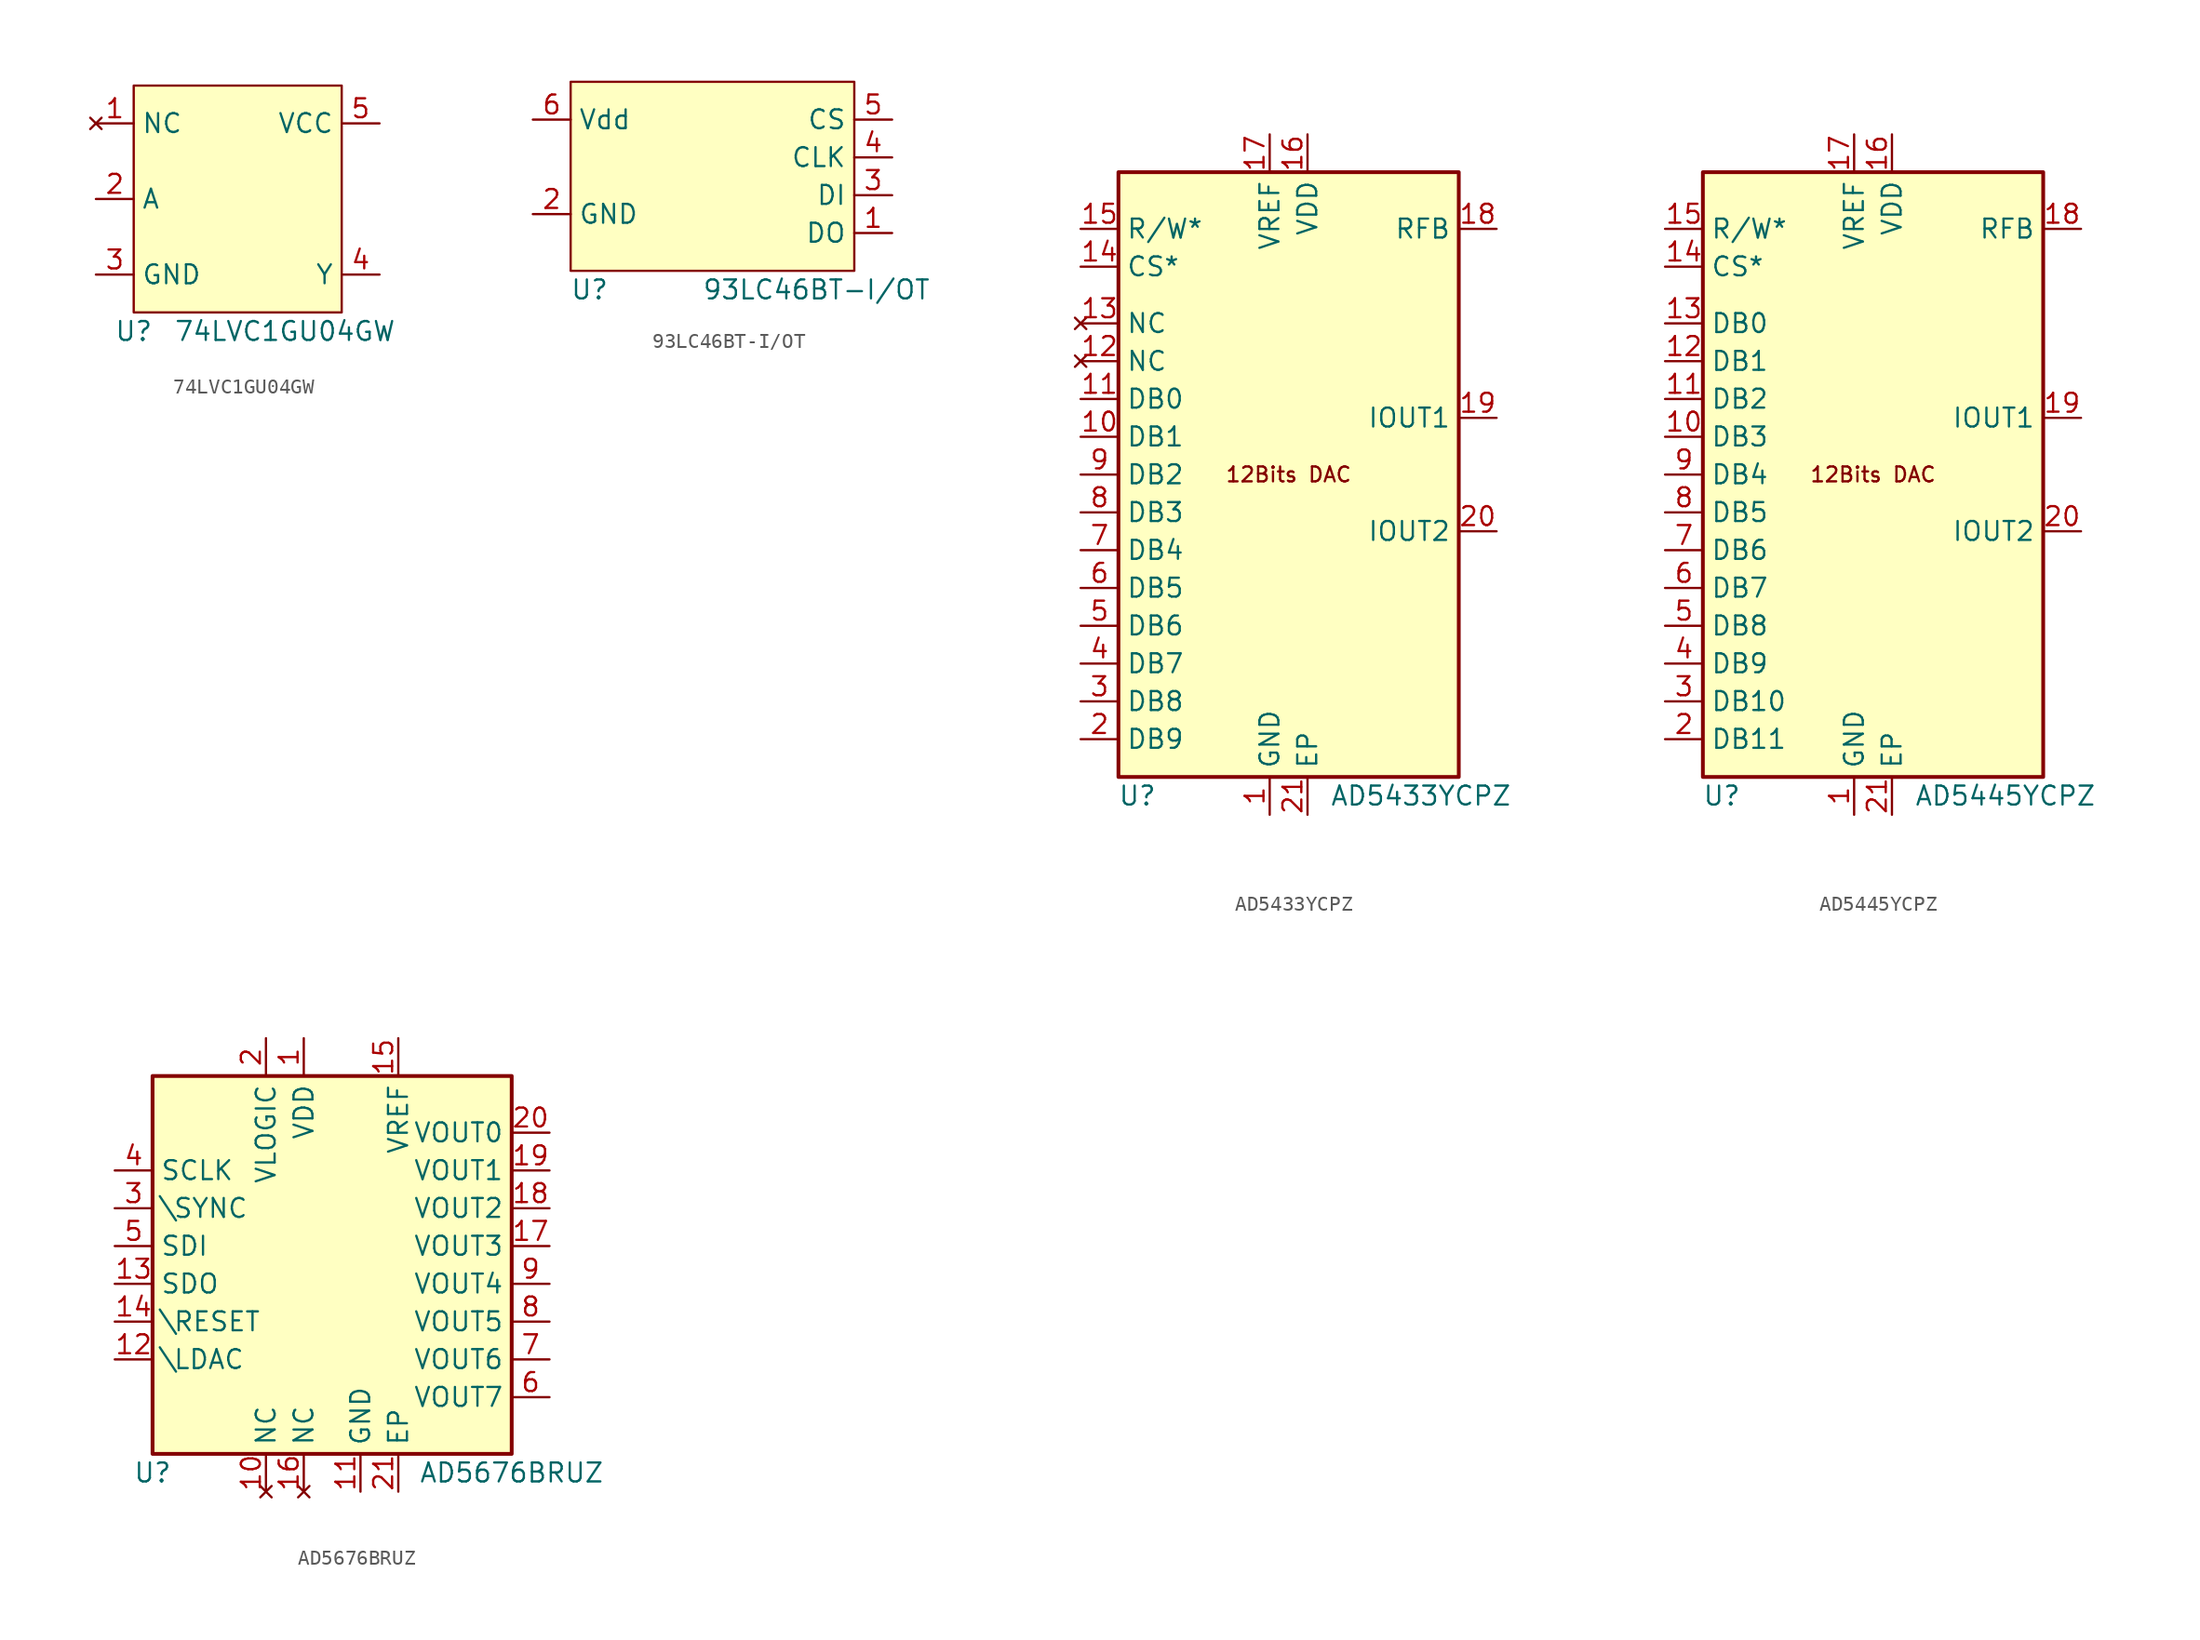
<source format=kicad_sym>
(kicad_symbol_lib
  (version 20231120)
  (generator "kicad_symbol_editor")
  (generator_version "8.0")
  (symbol "74LVC1GU04GW"
    (property "Reference" "U"
      (at 0 -1.27 0)
      (effects (font (size 1.27 1.27))))
    (property "Value" "74LVC1GU04GW"
      (at 10.16 -1.27 0)
      (effects (font (size 1.27 1.27))))
    (symbol "74LVC1GU04GW_0_0"
      (pin no_connect line (at -2.54 12.7 0) (length 2.54) (name "NC" (effects (font (size 1.27 1.27)))) (number "1" (effects (font (size 1.27 1.27)))))
      (pin input line (at -2.54 7.62 0) (length 2.54) (name "A" (effects (font (size 1.27 1.27)))) (number "2" (effects (font (size 1.27 1.27)))))
      (pin power_in line (at -2.54 2.54 0) (length 2.54) (name "GND" (effects (font (size 1.27 1.27)))) (number "3" (effects (font (size 1.27 1.27)))))
      (pin output line (at 16.51 2.54 180) (length 2.54) (name "Y" (effects (font (size 1.27 1.27)))) (number "4" (effects (font (size 1.27 1.27)))))
      (pin power_in line (at 16.51 12.7 180) (length 2.54) (name "VCC" (effects (font (size 1.27 1.27)))) (number "5" (effects (font (size 1.27 1.27))))))
    (symbol "74LVC1GU04GW_1_1"
      (rectangle (start 0 15.24) (end 13.97 0) (stroke (width 0) (type default)) (fill (type background)))))
  (symbol "93LC46BT-I/OT"
    (property "Reference" "U"
      (at 1.27 -1.27 0)
      (effects (font (size 1.27 1.27))))
    (property "Value" "93LC46BT-I/OT"
      (at 16.51 -1.27 0)
      (effects (font (size 1.27 1.27))))
    (symbol "93LC46BT-I/OT_0_0"
      (pin output line (at 21.59 2.54 180) (length 2.54) (name "DO" (effects (font (size 1.27 1.27)))) (number "1" (effects (font (size 1.27 1.27)))))
      (pin power_in line (at -2.54 3.81 0) (length 2.54) (name "GND" (effects (font (size 1.27 1.27)))) (number "2" (effects (font (size 1.27 1.27)))))
      (pin input line (at 21.59 5.08 180) (length 2.54) (name "DI" (effects (font (size 1.27 1.27)))) (number "3" (effects (font (size 1.27 1.27)))))
      (pin input line (at 21.59 7.62 180) (length 2.54) (name "CLK" (effects (font (size 1.27 1.27)))) (number "4" (effects (font (size 1.27 1.27)))))
      (pin input line (at 21.59 10.16 180) (length 2.54) (name "CS" (effects (font (size 1.27 1.27)))) (number "5" (effects (font (size 1.27 1.27)))))
      (pin power_in line (at -2.54 10.16 0) (length 2.54) (name "Vdd" (effects (font (size 1.27 1.27)))) (number "6" (effects (font (size 1.27 1.27))))))
    (symbol "93LC46BT-I/OT_1_1"
      (rectangle (start 0 12.7) (end 19.05 0) (stroke (width 0) (type default)) (fill (type background)))))
  (symbol "AD5433YCPZ"
    (property "Reference" "U"
      (at 1.27 -1.27 0)
      (effects (font (size 1.27 1.27))))
    (property "Value" "AD5433YCPZ"
      (at 20.32 -1.27 0)
      (effects (font (size 1.27 1.27))))
    (symbol "AD5433YCPZ_1_0"
      (pin power_in line (at 10.16 -2.54 90) (length 2.54) (name "GND" (effects (font (size 1.27 1.27)))) (number "1" (effects (font (size 1.27 1.27)))))
      (pin power_in line (at 12.7 43.18 270) (length 2.54) (name "VDD" (effects (font (size 1.27 1.27)))) (number "16" (effects (font (size 1.27 1.27)))))
      (pin power_in line (at 10.16 43.18 270) (length 2.54) (name "VREF" (effects (font (size 1.27 1.27)))) (number "17" (effects (font (size 1.27 1.27))))))
    (symbol "AD5433YCPZ_1_1"
      (rectangle (start 0 40.64) (end 22.86 0) (stroke (width 0.254) (type default)) (fill (type background)))
      (text "12Bits DAC" (at 11.43 20.32 0) (effects (font (size 1 1))))
      (pin input line (at -2.54 22.86 0) (length 2.54) (name "DB1" (effects (font (size 1.27 1.27)))) (number "10" (effects (font (size 1.27 1.27)))))
      (pin input line (at -2.54 25.4 0) (length 2.54) (name "DB0" (effects (font (size 1.27 1.27)))) (number "11" (effects (font (size 1.27 1.27)))))
      (pin no_connect line (at -2.54 27.94 0) (length 2.54) (name "NC" (effects (font (size 1.27 1.27)))) (number "12" (effects (font (size 1.27 1.27)))))
      (pin no_connect line (at -2.54 30.48 0) (length 2.54) (name "NC" (effects (font (size 1.27 1.27)))) (number "13" (effects (font (size 1.27 1.27)))))
      (pin input line (at -2.54 34.29 0) (length 2.54) (name "CS*" (effects (font (size 1.27 1.27)))) (number "14" (effects (font (size 1.27 1.27)))))
      (pin input line (at -2.54 36.83 0) (length 2.54) (name "R/W*" (effects (font (size 1.27 1.27)))) (number "15" (effects (font (size 1.27 1.27)))))
      (pin passive line (at 25.4 36.83 180) (length 2.54) (name "RFB" (effects (font (size 1.27 1.27)))) (number "18" (effects (font (size 1.27 1.27)))))
      (pin output line (at 25.4 24.13 180) (length 2.54) (name "IOUT1" (effects (font (size 1.27 1.27)))) (number "19" (effects (font (size 1.27 1.27)))))
      (pin input line (at -2.54 2.54 0) (length 2.54) (name "DB9" (effects (font (size 1.27 1.27)))) (number "2" (effects (font (size 1.27 1.27)))))
      (pin output line (at 25.4 16.51 180) (length 2.54) (name "IOUT2" (effects (font (size 1.27 1.27)))) (number "20" (effects (font (size 1.27 1.27)))))
      (pin power_in line (at 12.7 -2.54 90) (length 2.54) (name "EP" (effects (font (size 1.27 1.27)))) (number "21" (effects (font (size 1.27 1.27)))))
      (pin input line (at -2.54 5.08 0) (length 2.54) (name "DB8" (effects (font (size 1.27 1.27)))) (number "3" (effects (font (size 1.27 1.27)))))
      (pin input line (at -2.54 7.62 0) (length 2.54) (name "DB7" (effects (font (size 1.27 1.27)))) (number "4" (effects (font (size 1.27 1.27)))))
      (pin input line (at -2.54 10.16 0) (length 2.54) (name "DB6" (effects (font (size 1.27 1.27)))) (number "5" (effects (font (size 1.27 1.27)))))
      (pin input line (at -2.54 12.7 0) (length 2.54) (name "DB5" (effects (font (size 1.27 1.27)))) (number "6" (effects (font (size 1.27 1.27)))))
      (pin input line (at -2.54 15.24 0) (length 2.54) (name "DB4" (effects (font (size 1.27 1.27)))) (number "7" (effects (font (size 1.27 1.27)))))
      (pin input line (at -2.54 17.78 0) (length 2.54) (name "DB3" (effects (font (size 1.27 1.27)))) (number "8" (effects (font (size 1.27 1.27)))))
      (pin input line (at -2.54 20.32 0) (length 2.54) (name "DB2" (effects (font (size 1.27 1.27)))) (number "9" (effects (font (size 1.27 1.27)))))))
  (symbol "AD5445YCPZ"
    (property "Reference" "U"
      (at 1.27 -1.27 0)
      (effects (font (size 1.27 1.27))))
    (property "Value" "AD5445YCPZ"
      (at 20.32 -1.27 0)
      (effects (font (size 1.27 1.27))))
    (symbol "AD5445YCPZ_1_0"
      (pin power_in line (at 10.16 -2.54 90) (length 2.54) (name "GND" (effects (font (size 1.27 1.27)))) (number "1" (effects (font (size 1.27 1.27)))))
      (pin power_in line (at 12.7 43.18 270) (length 2.54) (name "VDD" (effects (font (size 1.27 1.27)))) (number "16" (effects (font (size 1.27 1.27)))))
      (pin power_in line (at 10.16 43.18 270) (length 2.54) (name "VREF" (effects (font (size 1.27 1.27)))) (number "17" (effects (font (size 1.27 1.27))))))
    (symbol "AD5445YCPZ_1_1"
      (rectangle (start 0 40.64) (end 22.86 0) (stroke (width 0.254) (type default)) (fill (type background)))
      (text "12Bits DAC" (at 11.43 20.32 0) (effects (font (size 1 1))))
      (pin input line (at -2.54 22.86 0) (length 2.54) (name "DB3" (effects (font (size 1.27 1.27)))) (number "10" (effects (font (size 1.27 1.27)))))
      (pin input line (at -2.54 25.4 0) (length 2.54) (name "DB2" (effects (font (size 1.27 1.27)))) (number "11" (effects (font (size 1.27 1.27)))))
      (pin input line (at -2.54 27.94 0) (length 2.54) (name "DB1" (effects (font (size 1.27 1.27)))) (number "12" (effects (font (size 1.27 1.27)))))
      (pin input line (at -2.54 30.48 0) (length 2.54) (name "DB0" (effects (font (size 1.27 1.27)))) (number "13" (effects (font (size 1.27 1.27)))))
      (pin input line (at -2.54 34.29 0) (length 2.54) (name "CS*" (effects (font (size 1.27 1.27)))) (number "14" (effects (font (size 1.27 1.27)))))
      (pin input line (at -2.54 36.83 0) (length 2.54) (name "R/W*" (effects (font (size 1.27 1.27)))) (number "15" (effects (font (size 1.27 1.27)))))
      (pin passive line (at 25.4 36.83 180) (length 2.54) (name "RFB" (effects (font (size 1.27 1.27)))) (number "18" (effects (font (size 1.27 1.27)))))
      (pin output line (at 25.4 24.13 180) (length 2.54) (name "IOUT1" (effects (font (size 1.27 1.27)))) (number "19" (effects (font (size 1.27 1.27)))))
      (pin input line (at -2.54 2.54 0) (length 2.54) (name "DB11" (effects (font (size 1.27 1.27)))) (number "2" (effects (font (size 1.27 1.27)))))
      (pin output line (at 25.4 16.51 180) (length 2.54) (name "IOUT2" (effects (font (size 1.27 1.27)))) (number "20" (effects (font (size 1.27 1.27)))))
      (pin power_in line (at 12.7 -2.54 90) (length 2.54) (name "EP" (effects (font (size 1.27 1.27)))) (number "21" (effects (font (size 1.27 1.27)))))
      (pin input line (at -2.54 5.08 0) (length 2.54) (name "DB10" (effects (font (size 1.27 1.27)))) (number "3" (effects (font (size 1.27 1.27)))))
      (pin input line (at -2.54 7.62 0) (length 2.54) (name "DB9" (effects (font (size 1.27 1.27)))) (number "4" (effects (font (size 1.27 1.27)))))
      (pin input line (at -2.54 10.16 0) (length 2.54) (name "DB8" (effects (font (size 1.27 1.27)))) (number "5" (effects (font (size 1.27 1.27)))))
      (pin input line (at -2.54 12.7 0) (length 2.54) (name "DB7" (effects (font (size 1.27 1.27)))) (number "6" (effects (font (size 1.27 1.27)))))
      (pin input line (at -2.54 15.24 0) (length 2.54) (name "DB6" (effects (font (size 1.27 1.27)))) (number "7" (effects (font (size 1.27 1.27)))))
      (pin input line (at -2.54 17.78 0) (length 2.54) (name "DB5" (effects (font (size 1.27 1.27)))) (number "8" (effects (font (size 1.27 1.27)))))
      (pin input line (at -2.54 20.32 0) (length 2.54) (name "DB4" (effects (font (size 1.27 1.27)))) (number "9" (effects (font (size 1.27 1.27)))))))
  (symbol "AD5676BRUZ"
    (property "Reference" "U"
      (at 0 -1.27 0)
      (effects (font (size 1.27 1.27))))
    (property "Value" "AD5676BRUZ"
      (at 24.13 -1.27 0)
      (effects (font (size 1.27 1.27))))
    (symbol "AD5676BRUZ_0_0"
      (pin power_in line (at 10.16 27.94 270) (length 2.54) (name "VDD" (effects (font (size 1.27 1.27)))) (number "1" (effects (font (size 1.27 1.27)))))
      (pin no_connect line (at 7.62 -2.54 90) (length 2.54) (name "NC" (effects (font (size 1.27 1.27)))) (number "10" (effects (font (size 1.27 1.27)))))
      (pin power_in line (at 13.97 -2.54 90) (length 2.54) (name "GND" (effects (font (size 1.27 1.27)))) (number "11" (effects (font (size 1.27 1.27)))))
      (pin input line (at -2.54 6.35 0) (length 2.54) (name "\\LDAC" (effects (font (size 1.27 1.27)))) (number "12" (effects (font (size 1.27 1.27)))))
      (pin output line (at -2.54 11.43 0) (length 2.54) (name "SDO" (effects (font (size 1.27 1.27)))) (number "13" (effects (font (size 1.27 1.27)))))
      (pin input line (at -2.54 8.89 0) (length 2.54) (name "\\RESET" (effects (font (size 1.27 1.27)))) (number "14" (effects (font (size 1.27 1.27)))))
      (pin power_in line (at 16.51 27.94 270) (length 2.54) (name "VREF" (effects (font (size 1.27 1.27)))) (number "15" (effects (font (size 1.27 1.27)))))
      (pin no_connect line (at 10.16 -2.54 90) (length 2.54) (name "NC" (effects (font (size 1.27 1.27)))) (number "16" (effects (font (size 1.27 1.27)))))
      (pin output line (at 26.67 13.97 180) (length 2.54) (name "VOUT3" (effects (font (size 1.27 1.27)))) (number "17" (effects (font (size 1.27 1.27)))))
      (pin output line (at 26.67 16.51 180) (length 2.54) (name "VOUT2" (effects (font (size 1.27 1.27)))) (number "18" (effects (font (size 1.27 1.27)))))
      (pin output line (at 26.67 19.05 180) (length 2.54) (name "VOUT1" (effects (font (size 1.27 1.27)))) (number "19" (effects (font (size 1.27 1.27)))))
      (pin power_in line (at 7.62 27.94 270) (length 2.54) (name "VLOGIC" (effects (font (size 1.27 1.27)))) (number "2" (effects (font (size 1.27 1.27)))))
      (pin output line (at 26.67 21.59 180) (length 2.54) (name "VOUT0" (effects (font (size 1.27 1.27)))) (number "20" (effects (font (size 1.27 1.27)))))
      (pin power_in line (at 16.51 -2.54 90) (length 2.54) (name "EP" (effects (font (size 1.27 1.27)))) (number "21" (effects (font (size 1.27 1.27)))))
      (pin input line (at -2.54 16.51 0) (length 2.54) (name "\\SYNC" (effects (font (size 1.27 1.27)))) (number "3" (effects (font (size 1.27 1.27)))))
      (pin input line (at -2.54 19.05 0) (length 2.54) (name "SCLK" (effects (font (size 1.27 1.27)))) (number "4" (effects (font (size 1.27 1.27)))))
      (pin input line (at -2.54 13.97 0) (length 2.54) (name "SDI" (effects (font (size 1.27 1.27)))) (number "5" (effects (font (size 1.27 1.27)))))
      (pin output line (at 26.67 3.81 180) (length 2.54) (name "VOUT7" (effects (font (size 1.27 1.27)))) (number "6" (effects (font (size 1.27 1.27)))))
      (pin output line (at 26.67 6.35 180) (length 2.54) (name "VOUT6" (effects (font (size 1.27 1.27)))) (number "7" (effects (font (size 1.27 1.27)))))
      (pin output line (at 26.67 8.89 180) (length 2.54) (name "VOUT5" (effects (font (size 1.27 1.27)))) (number "8" (effects (font (size 1.27 1.27)))))
      (pin output line (at 26.67 11.43 180) (length 2.54) (name "VOUT4" (effects (font (size 1.27 1.27)))) (number "9" (effects (font (size 1.27 1.27))))))
    (symbol "AD5676BRUZ_1_1"
      (rectangle (start 0 25.4) (end 24.13 0) (stroke (width 0.256) (type default)) (fill (type background))))))
</source>
